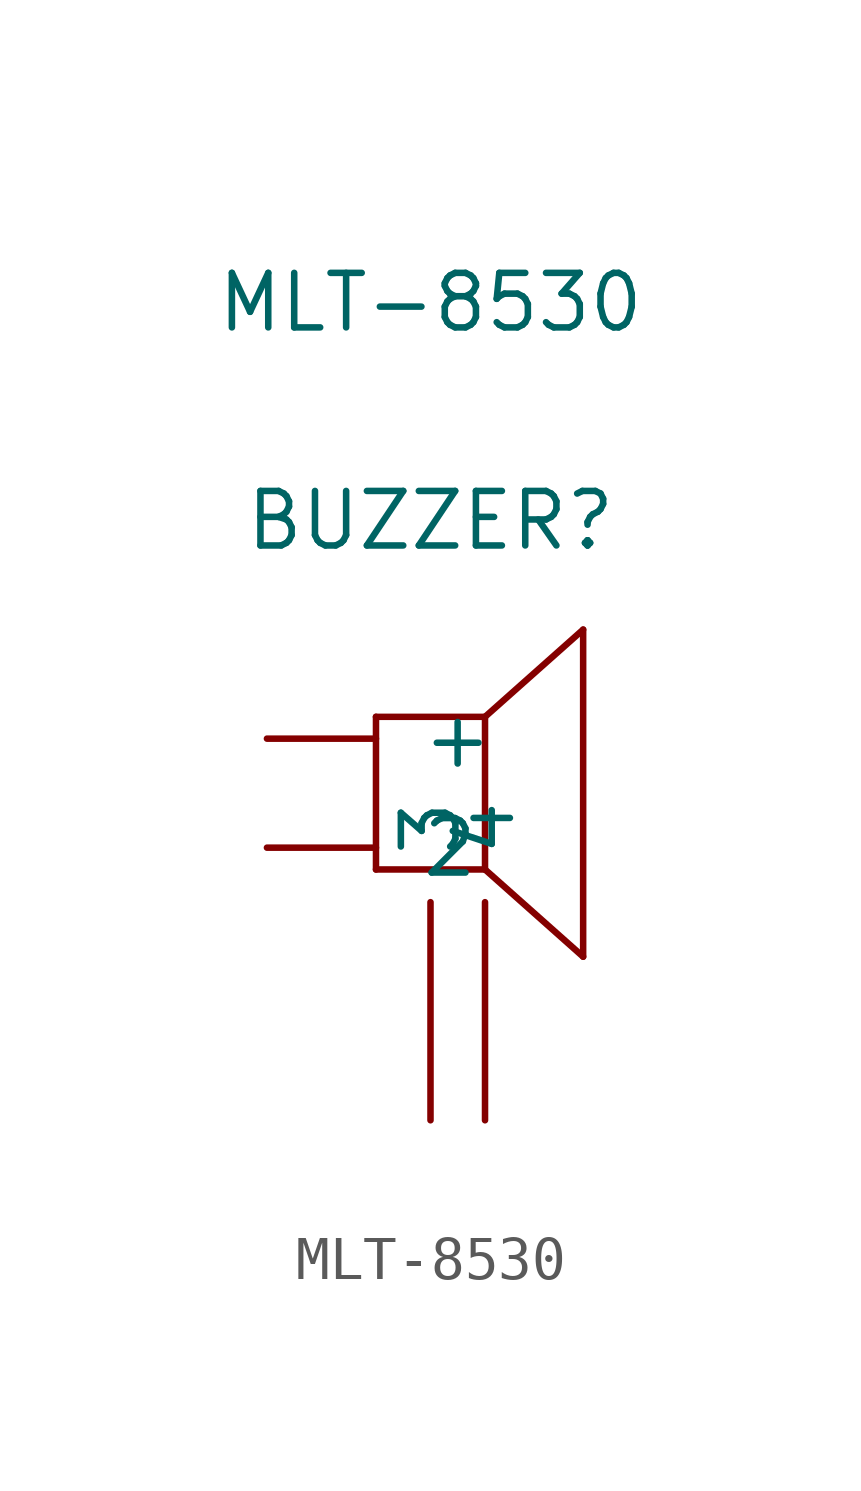
<source format=kicad_sym>
(kicad_symbol_lib
  (version 20220914)
  (generator kicad_symbol_editor)
  (symbol "MLT-8530"
    (pin_numbers hide)
    (pin_names
      (offset 1.016))
    (property "Reference" "BUZZER"
      (at 0 6.35 0)
      (effects (font (size 1.27 1.27))))
    (property "Value" "MLT-8530"
      (at 0 11.43 0)
      (effects (font (size 1.27 1.27))))
    (symbol "MLT-8530_1_1"
      (polyline (pts (xy -1.27 -1.778) (xy 1.27 -1.778)) (stroke (width 0.152) (type solid)) (fill (type none)))
      (polyline (pts (xy -1.27 1.778) (xy -1.27 -1.778)) (stroke (width 0.152) (type solid)) (fill (type none)))
      (polyline (pts (xy -1.27 1.778) (xy 1.27 1.778)) (stroke (width 0.152) (type solid)) (fill (type none)))
      (polyline (pts (xy 1.27 -1.778) (xy 3.556 -3.81)) (stroke (width 0.152) (type solid)) (fill (type none)))
      (polyline (pts (xy 1.27 1.778) (xy 1.27 -1.778)) (stroke (width 0.152) (type solid)) (fill (type none)))
      (polyline (pts (xy 3.556 3.81) (xy 1.27 1.778)) (stroke (width 0.152) (type solid)) (fill (type none)))
      (polyline (pts (xy 3.556 3.81) (xy 3.556 -3.81)) (stroke (width 0.152) (type solid)) (fill (type none)))
      (pin input line (at -3.81 1.27 0) (length 2.54) (name "+" (effects (font (size 1.27 1.27)))) (number "1" (effects (font (size 1.27 1.27)))))
      (pin input line (at -3.81 -1.27 0) (length 2.54) (name "2" (effects (font (size 1.27 1.27)))) (number "2" (effects (font (size 1.27 1.27)))))
      (pin input line (at 0 -7.62 90) (length 5.08) (name "3" (effects (font (size 1.27 1.27)))) (number "3" (effects (font (size 1.27 1.27)))))
      (pin input line (at 1.27 -7.62 90) (length 5.08) (name "4" (effects (font (size 1.27 1.27)))) (number "4" (effects (font (size 1.27 1.27))))))))
</source>
